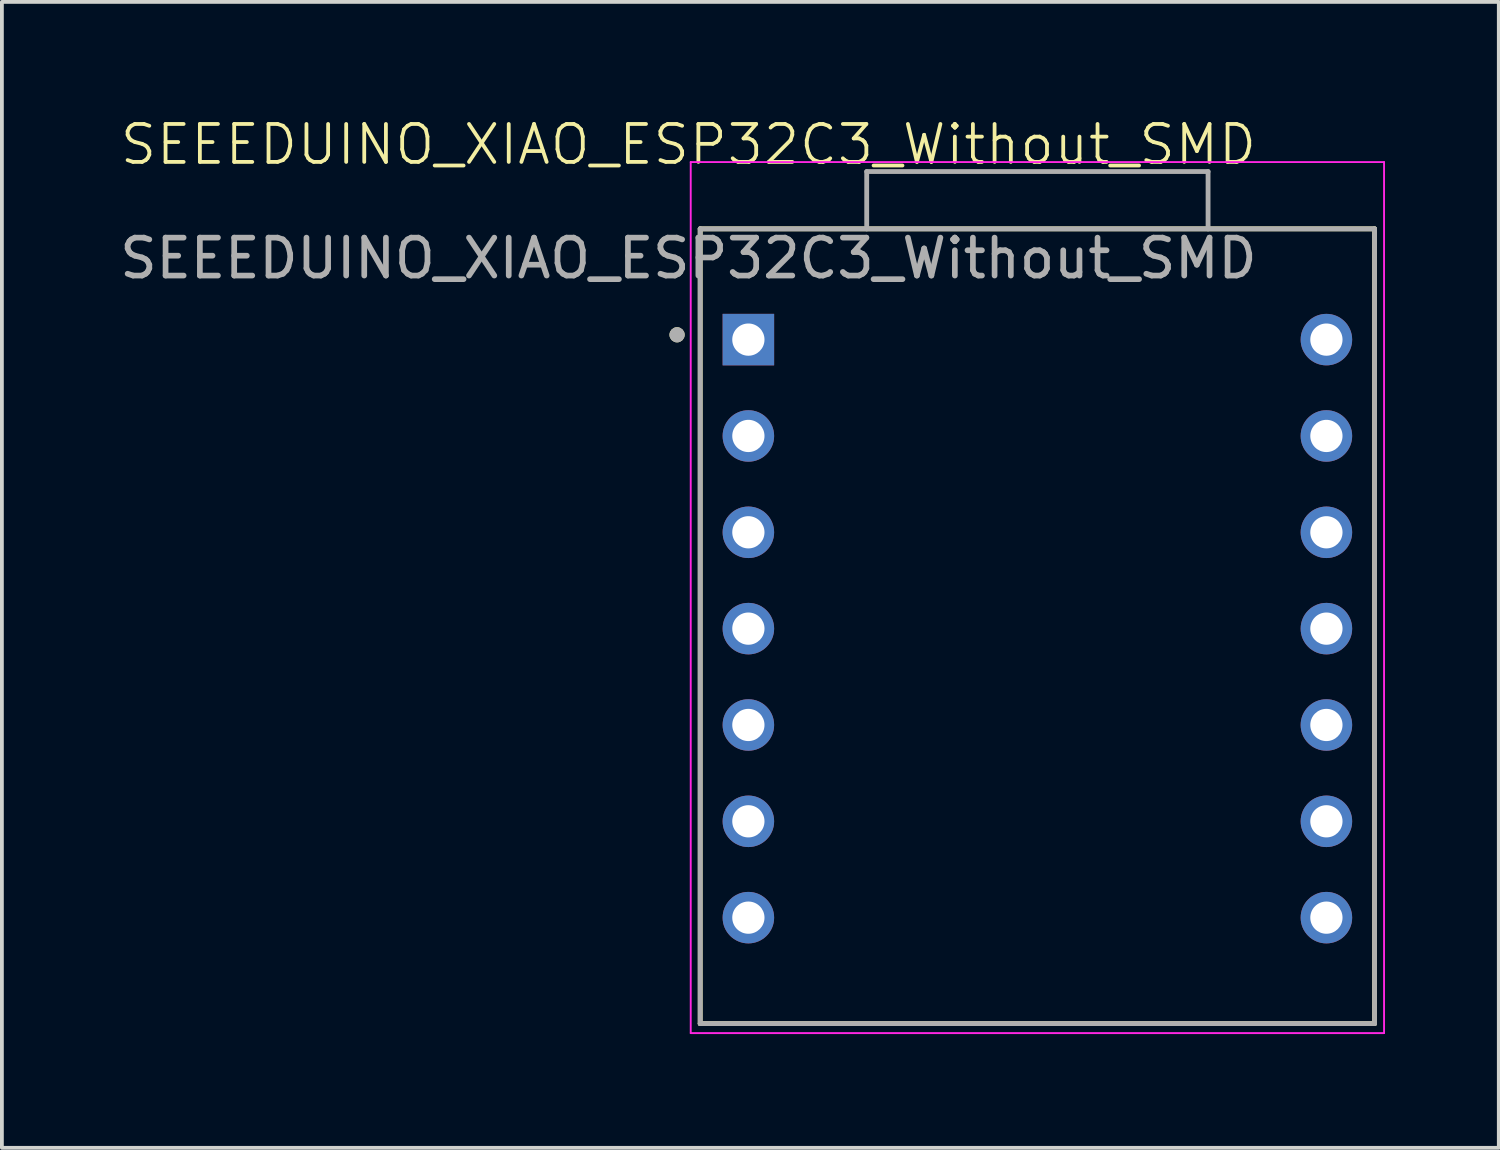
<source format=kicad_pcb>
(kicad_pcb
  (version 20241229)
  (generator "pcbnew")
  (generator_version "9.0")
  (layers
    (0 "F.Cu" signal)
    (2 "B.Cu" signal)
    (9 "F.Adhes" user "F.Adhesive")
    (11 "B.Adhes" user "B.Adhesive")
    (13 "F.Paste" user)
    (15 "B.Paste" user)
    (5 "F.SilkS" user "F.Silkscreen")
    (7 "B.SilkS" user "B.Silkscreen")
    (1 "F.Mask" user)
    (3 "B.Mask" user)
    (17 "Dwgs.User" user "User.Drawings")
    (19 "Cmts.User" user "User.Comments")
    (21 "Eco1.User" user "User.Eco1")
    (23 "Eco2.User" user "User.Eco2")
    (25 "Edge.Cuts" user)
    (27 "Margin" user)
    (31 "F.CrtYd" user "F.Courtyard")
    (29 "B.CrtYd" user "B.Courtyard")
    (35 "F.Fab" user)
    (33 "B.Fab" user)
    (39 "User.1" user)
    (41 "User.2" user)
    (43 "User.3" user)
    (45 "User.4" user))
  (footprint "SEEEDUINO_XIAO_ESP32C3_Without_SMD"
    (layer "F.Cu")
    (at 15.201 1.177)
    (property "Reference" "SEEEDUINO_XIAO_ESP32C3_Without_SMD" (at -0.1 -0.416 0) (unlocked yes) (layer "F.SilkS") (effects (font (size 1 1) (thickness 0.1))))
    (attr through_hole)
    (fp_line (start 0.21 1.806) (end 17.99 1.806) (stroke (width 0.127) (type solid)) (layer "F.SilkS"))
    (fp_line (start 0.21 22.761) (end 0.21 1.806) (stroke (width 0.127) (type solid)) (layer "F.SilkS"))
    (fp_line (start 17.99 1.806) (end 17.99 22.761) (stroke (width 0.127) (type solid)) (layer "F.SilkS"))
    (fp_line (start 17.99 22.761) (end 0.21 22.761) (stroke (width 0.127) (type solid)) (layer "F.SilkS"))
    (fp_circle (center -0.4 4.6) (end -0.3 4.6) (stroke (width 0.2) (type solid)) (fill no) (layer "F.SilkS"))
    (fp_line (start -0.04 0.046) (end -0.04 23.011) (stroke (width 0.05) (type solid)) (layer "F.CrtYd"))
    (fp_line (start -0.04 23.011) (end 18.24 23.011) (stroke (width 0.05) (type solid)) (layer "F.CrtYd"))
    (fp_line (start 18.24 0.046) (end -0.04 0.046) (stroke (width 0.05) (type solid)) (layer "F.CrtYd"))
    (fp_line (start 18.24 23.011) (end 18.24 0.046) (stroke (width 0.05) (type solid)) (layer "F.CrtYd"))
    (fp_line (start 0.21 1.806) (end 4.6 1.806) (stroke (width 0.127) (type solid)) (layer "F.Fab"))
    (fp_line (start 0.21 22.761) (end 0.21 1.806) (stroke (width 0.127) (type solid)) (layer "F.Fab"))
    (fp_line (start 4.6 0.296) (end 13.6 0.296) (stroke (width 0.127) (type solid)) (layer "F.Fab"))
    (fp_line (start 4.6 1.806) (end 4.6 0.296) (stroke (width 0.127) (type solid)) (layer "F.Fab"))
    (fp_line (start 4.6 1.806) (end 13.6 1.806) (stroke (width 0.127) (type solid)) (layer "F.Fab"))
    (fp_line (start 13.6 0.296) (end 13.6 1.806) (stroke (width 0.127) (type solid)) (layer "F.Fab"))
    (fp_line (start 13.6 1.806) (end 17.99 1.806) (stroke (width 0.127) (type solid)) (layer "F.Fab"))
    (fp_line (start 17.99 1.806) (end 17.99 22.761) (stroke (width 0.127) (type solid)) (layer "F.Fab"))
    (fp_line (start 17.99 22.761) (end 0.21 22.761) (stroke (width 0.127) (type solid)) (layer "F.Fab"))
    (fp_circle (center -0.4 4.6) (end -0.3 4.6) (stroke (width 0.2) (type solid)) (fill no) (layer "F.Fab"))
    (fp_text user "${REFERENCE}" (at -0.1 2.583 0) (unlocked yes) (layer "F.Fab") (effects (font (size 1 1) (thickness 0.15))))
    (pad "1" thru_hole rect (at 1.48 4.727) (size 1.358 1.358) (drill 0.85) (layers "*.Cu" "*.Mask"))
    (pad "2" thru_hole circle (at 1.48 7.267) (size 1.358 1.358) (drill 0.85) (layers "*.Cu" "*.Mask"))
    (pad "3" thru_hole circle (at 1.48 9.807) (size 1.358 1.358) (drill 0.85) (layers "*.Cu" "*.Mask"))
    (pad "4" thru_hole circle (at 1.48 12.347) (size 1.358 1.358) (drill 0.85) (layers "*.Cu" "*.Mask"))
    (pad "5" thru_hole circle (at 1.48 14.887) (size 1.358 1.358) (drill 0.85) (layers "*.Cu" "*.Mask"))
    (pad "6" thru_hole circle (at 1.48 17.427) (size 1.358 1.358) (drill 0.85) (layers "*.Cu" "*.Mask"))
    (pad "7" thru_hole circle (at 1.48 19.967) (size 1.358 1.358) (drill 0.85) (layers "*.Cu" "*.Mask"))
    (pad "8" thru_hole circle (at 16.72 19.967) (size 1.358 1.358) (drill 0.85) (layers "*.Cu" "*.Mask"))
    (pad "9" thru_hole circle (at 16.72 17.427) (size 1.358 1.358) (drill 0.85) (layers "*.Cu" "*.Mask"))
    (pad "10" thru_hole circle (at 16.72 14.887) (size 1.358 1.358) (drill 0.85) (layers "*.Cu" "*.Mask"))
    (pad "11" thru_hole circle (at 16.72 12.347) (size 1.358 1.358) (drill 0.85) (layers "*.Cu" "*.Mask"))
    (pad "12" thru_hole circle (at 16.72 9.807) (size 1.358 1.358) (drill 0.85) (layers "*.Cu" "*.Mask"))
    (pad "13" thru_hole circle (at 16.72 7.267) (size 1.358 1.358) (drill 0.85) (layers "*.Cu" "*.Mask"))
    (pad "14" thru_hole circle (at 16.72 4.727) (size 1.358 1.358) (drill 0.85) (layers "*.Cu" "*.Mask")))
  (gr_rect
    (start -3 -3)
    (end 36.466 27.213)
    (stroke (width 0.1) (type default))
    (fill no)
    (layer "Edge.Cuts")))
</source>
